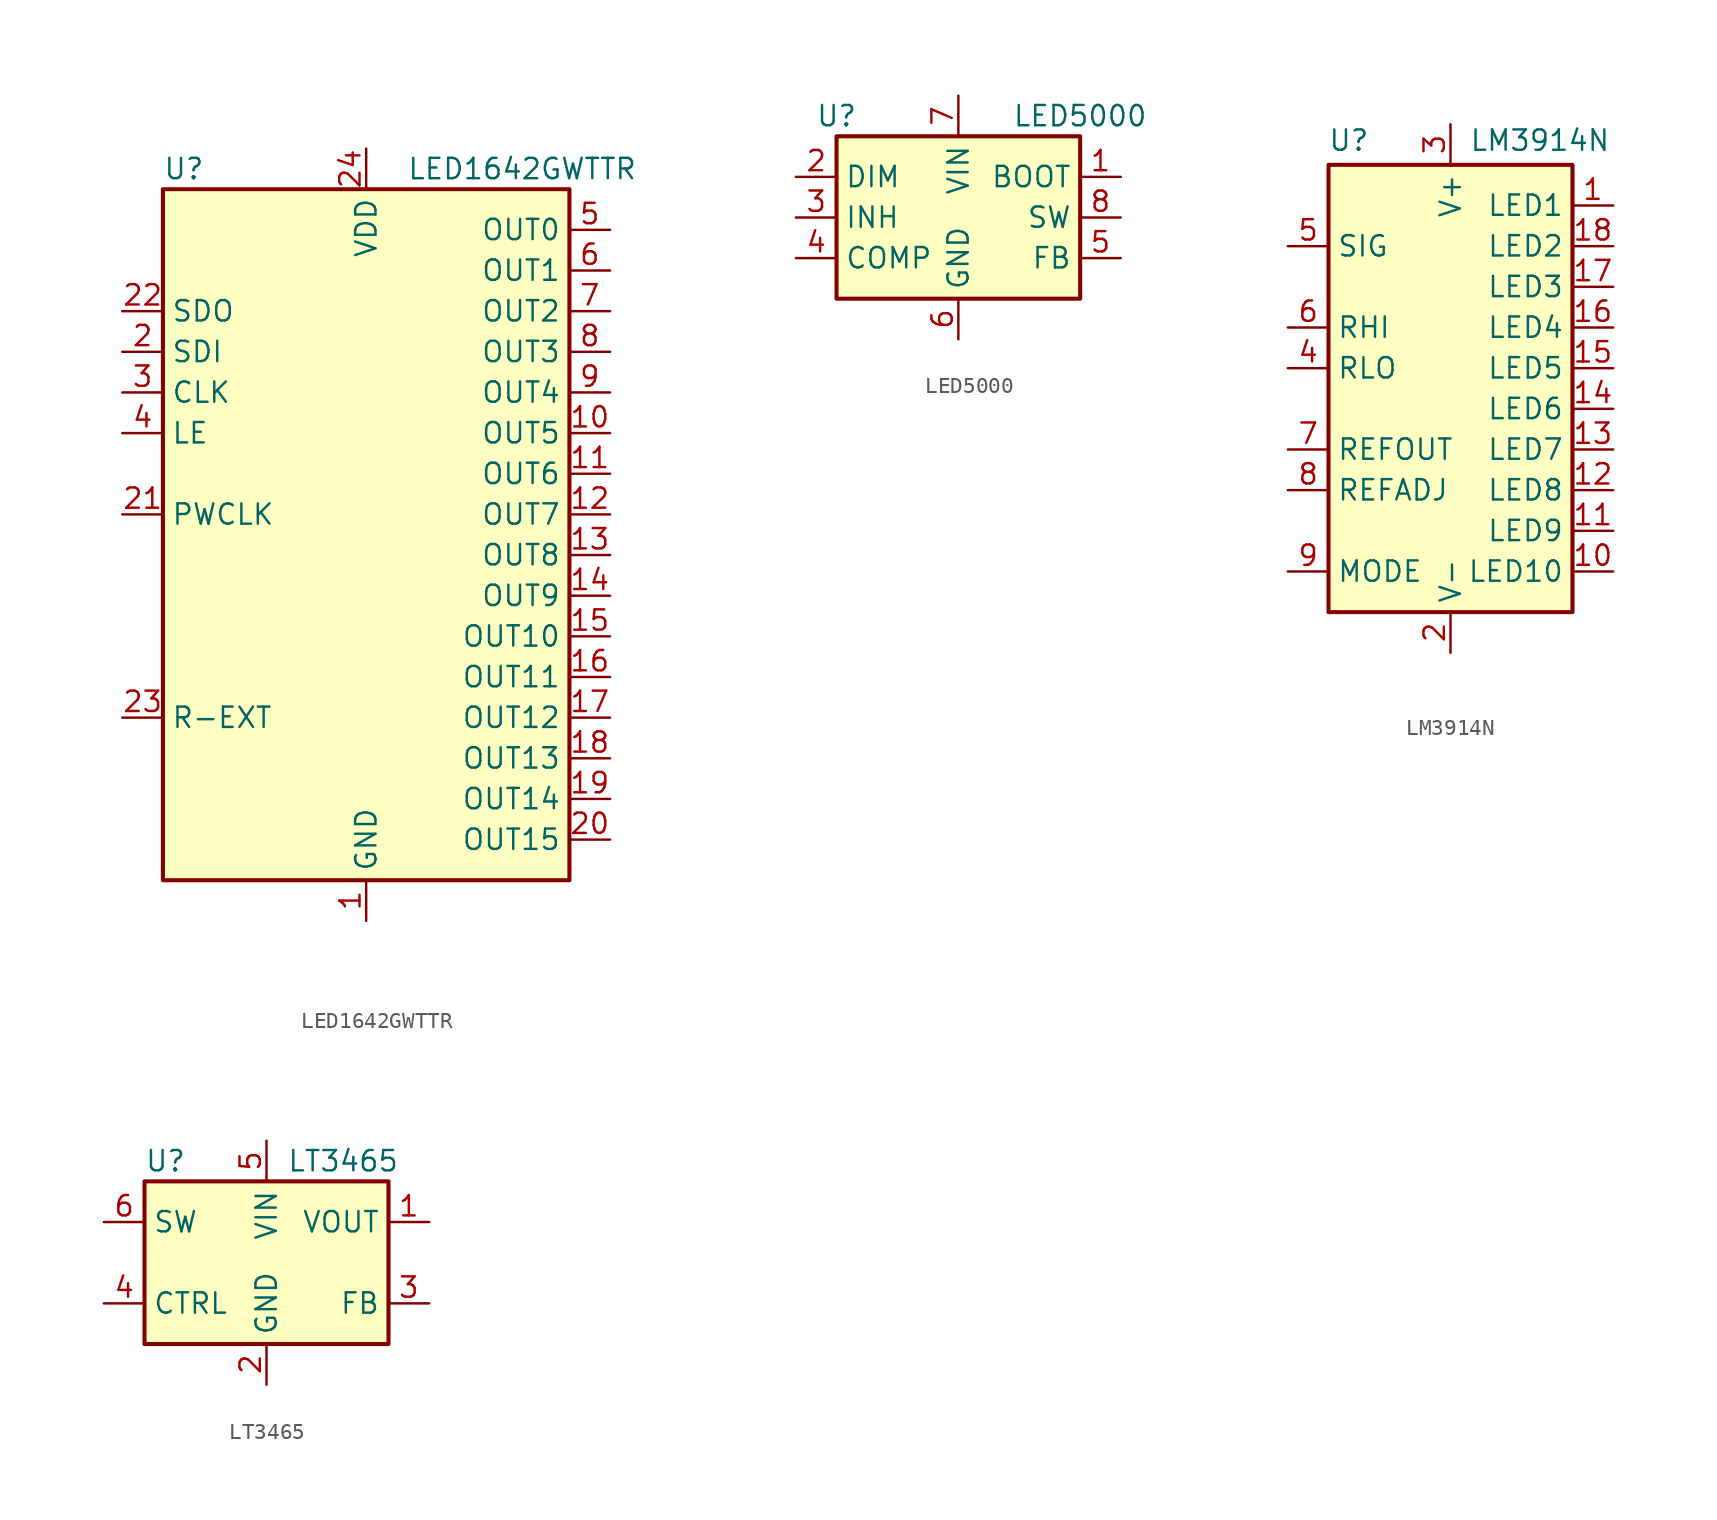
<source format=kicad_sym>
(kicad_symbol_lib
  (version 20211014)
  (generator kicad_symbol_editor)
  (symbol "LED1642GWTTR"
    (property "Reference" "U"
      (at -12.7 21.59 0)
      (effects (font (size 1.27 1.27)) (justify left)))
    (property "Value" "LED1642GWTTR"
      (at 2.54 21.59 0)
      (effects (font (size 1.27 1.27)) (justify left)))
    (symbol "LED1642GWTTR_0_1"
      (rectangle (start -12.7 20.32) (end 12.7 -22.86) (stroke (width 0.254) (type default) (color 0 0 0 0)) (fill (type background))))
    (symbol "LED1642GWTTR_1_1"
      (pin power_in line (at 0 -25.4 90) (length 2.54) (name "GND" (effects (font (size 1.27 1.27)))) (number "1" (effects (font (size 1.27 1.27)))))
      (pin output line (at 15.24 5.08 180) (length 2.54) (name "OUT5" (effects (font (size 1.27 1.27)))) (number "10" (effects (font (size 1.27 1.27)))))
      (pin output line (at 15.24 2.54 180) (length 2.54) (name "OUT6" (effects (font (size 1.27 1.27)))) (number "11" (effects (font (size 1.27 1.27)))))
      (pin output line (at 15.24 0 180) (length 2.54) (name "OUT7" (effects (font (size 1.27 1.27)))) (number "12" (effects (font (size 1.27 1.27)))))
      (pin output line (at 15.24 -2.54 180) (length 2.54) (name "OUT8" (effects (font (size 1.27 1.27)))) (number "13" (effects (font (size 1.27 1.27)))))
      (pin output line (at 15.24 -5.08 180) (length 2.54) (name "OUT9" (effects (font (size 1.27 1.27)))) (number "14" (effects (font (size 1.27 1.27)))))
      (pin output line (at 15.24 -7.62 180) (length 2.54) (name "OUT10" (effects (font (size 1.27 1.27)))) (number "15" (effects (font (size 1.27 1.27)))))
      (pin output line (at 15.24 -10.16 180) (length 2.54) (name "OUT11" (effects (font (size 1.27 1.27)))) (number "16" (effects (font (size 1.27 1.27)))))
      (pin output line (at 15.24 -12.7 180) (length 2.54) (name "OUT12" (effects (font (size 1.27 1.27)))) (number "17" (effects (font (size 1.27 1.27)))))
      (pin output line (at 15.24 -15.24 180) (length 2.54) (name "OUT13" (effects (font (size 1.27 1.27)))) (number "18" (effects (font (size 1.27 1.27)))))
      (pin output line (at 15.24 -17.78 180) (length 2.54) (name "OUT14" (effects (font (size 1.27 1.27)))) (number "19" (effects (font (size 1.27 1.27)))))
      (pin input line (at -15.24 10.16 0) (length 2.54) (name "SDI" (effects (font (size 1.27 1.27)))) (number "2" (effects (font (size 1.27 1.27)))))
      (pin output line (at 15.24 -20.32 180) (length 2.54) (name "OUT15" (effects (font (size 1.27 1.27)))) (number "20" (effects (font (size 1.27 1.27)))))
      (pin input line (at -15.24 0 0) (length 2.54) (name "PWCLK" (effects (font (size 1.27 1.27)))) (number "21" (effects (font (size 1.27 1.27)))))
      (pin output line (at -15.24 12.7 0) (length 2.54) (name "SDO" (effects (font (size 1.27 1.27)))) (number "22" (effects (font (size 1.27 1.27)))))
      (pin passive line (at -15.24 -12.7 0) (length 2.54) (name "R-EXT" (effects (font (size 1.27 1.27)))) (number "23" (effects (font (size 1.27 1.27)))))
      (pin power_in line (at 0 22.86 270) (length 2.54) (name "VDD" (effects (font (size 1.27 1.27)))) (number "24" (effects (font (size 1.27 1.27)))))
      (pin input line (at -15.24 7.62 0) (length 2.54) (name "CLK" (effects (font (size 1.27 1.27)))) (number "3" (effects (font (size 1.27 1.27)))))
      (pin input line (at -15.24 5.08 0) (length 2.54) (name "LE" (effects (font (size 1.27 1.27)))) (number "4" (effects (font (size 1.27 1.27)))))
      (pin output line (at 15.24 17.78 180) (length 2.54) (name "OUT0" (effects (font (size 1.27 1.27)))) (number "5" (effects (font (size 1.27 1.27)))))
      (pin output line (at 15.24 15.24 180) (length 2.54) (name "OUT1" (effects (font (size 1.27 1.27)))) (number "6" (effects (font (size 1.27 1.27)))))
      (pin output line (at 15.24 12.7 180) (length 2.54) (name "OUT2" (effects (font (size 1.27 1.27)))) (number "7" (effects (font (size 1.27 1.27)))))
      (pin output line (at 15.24 10.16 180) (length 2.54) (name "OUT3" (effects (font (size 1.27 1.27)))) (number "8" (effects (font (size 1.27 1.27)))))
      (pin output line (at 15.24 7.62 180) (length 2.54) (name "OUT4" (effects (font (size 1.27 1.27)))) (number "9" (effects (font (size 1.27 1.27)))))))
  (symbol "LED5000"
    (property "Reference" "U"
      (at -7.62 6.35 0)
      (effects (font (size 1.27 1.27))))
    (property "Value" "LED5000"
      (at 7.62 6.35 0)
      (effects (font (size 1.27 1.27))))
    (symbol "LED5000_1_0"
      (pin passive line (at 10.16 2.54 180) (length 2.54) (name "BOOT" (effects (font (size 1.27 1.27)))) (number "1" (effects (font (size 1.27 1.27)))))
      (pin input line (at -10.16 2.54 0) (length 2.54) (name "DIM" (effects (font (size 1.27 1.27)))) (number "2" (effects (font (size 1.27 1.27)))))
      (pin input line (at -10.16 0 0) (length 2.54) (name "INH" (effects (font (size 1.27 1.27)))) (number "3" (effects (font (size 1.27 1.27)))))
      (pin passive line (at -10.16 -2.54 0) (length 2.54) (name "COMP" (effects (font (size 1.27 1.27)))) (number "4" (effects (font (size 1.27 1.27)))))
      (pin input line (at 10.16 -2.54 180) (length 2.54) (name "FB" (effects (font (size 1.27 1.27)))) (number "5" (effects (font (size 1.27 1.27)))))
      (pin power_in line (at 0 -7.62 90) (length 2.54) (name "GND" (effects (font (size 1.27 1.27)))) (number "6" (effects (font (size 1.27 1.27)))))
      (pin power_in line (at 0 7.62 270) (length 2.54) (name "VIN" (effects (font (size 1.27 1.27)))) (number "7" (effects (font (size 1.27 1.27)))))
      (pin output line (at 10.16 0 180) (length 2.54) (name "SW" (effects (font (size 1.27 1.27)))) (number "8" (effects (font (size 1.27 1.27)))))
      (pin passive line (at 0 -7.62 90) (length 2.54) hide (name "GND" (effects (font (size 1.27 1.27)))) (number "9" (effects (font (size 1.27 1.27))))))
    (symbol "LED5000_1_1"
      (rectangle (start -7.62 5.08) (end 7.62 -5.08) (stroke (width 0.254) (type default) (color 0 0 0 0)) (fill (type background)))))
  (symbol "LM3914N"
    (property "Reference" "U"
      (at -6.35 14.224 0)
      (effects (font (size 1.27 1.27))))
    (property "Value" "LM3914N"
      (at 5.588 14.224 0)
      (effects (font (size 1.27 1.27))))
    (symbol "LM3914N_0_1"
      (rectangle (start -7.62 12.7) (end 7.62 -15.24) (stroke (width 0.254) (type default) (color 0 0 0 0)) (fill (type background))))
    (symbol "LM3914N_1_1"
      (pin open_collector line (at 10.16 10.16 180) (length 2.54) (name "LED1" (effects (font (size 1.27 1.27)))) (number "1" (effects (font (size 1.27 1.27)))))
      (pin open_collector line (at 10.16 -12.7 180) (length 2.54) (name "LED10" (effects (font (size 1.27 1.27)))) (number "10" (effects (font (size 1.27 1.27)))))
      (pin open_collector line (at 10.16 -10.16 180) (length 2.54) (name "LED9" (effects (font (size 1.27 1.27)))) (number "11" (effects (font (size 1.27 1.27)))))
      (pin open_collector line (at 10.16 -7.62 180) (length 2.54) (name "LED8" (effects (font (size 1.27 1.27)))) (number "12" (effects (font (size 1.27 1.27)))))
      (pin open_collector line (at 10.16 -5.08 180) (length 2.54) (name "LED7" (effects (font (size 1.27 1.27)))) (number "13" (effects (font (size 1.27 1.27)))))
      (pin open_collector line (at 10.16 -2.54 180) (length 2.54) (name "LED6" (effects (font (size 1.27 1.27)))) (number "14" (effects (font (size 1.27 1.27)))))
      (pin open_collector line (at 10.16 0 180) (length 2.54) (name "LED5" (effects (font (size 1.27 1.27)))) (number "15" (effects (font (size 1.27 1.27)))))
      (pin open_collector line (at 10.16 2.54 180) (length 2.54) (name "LED4" (effects (font (size 1.27 1.27)))) (number "16" (effects (font (size 1.27 1.27)))))
      (pin open_collector line (at 10.16 5.08 180) (length 2.54) (name "LED3" (effects (font (size 1.27 1.27)))) (number "17" (effects (font (size 1.27 1.27)))))
      (pin open_collector line (at 10.16 7.62 180) (length 2.54) (name "LED2" (effects (font (size 1.27 1.27)))) (number "18" (effects (font (size 1.27 1.27)))))
      (pin power_in line (at 0 -17.78 90) (length 2.54) (name "V-" (effects (font (size 1.27 1.27)))) (number "2" (effects (font (size 1.27 1.27)))))
      (pin power_in line (at 0 15.24 270) (length 2.54) (name "V+" (effects (font (size 1.27 1.27)))) (number "3" (effects (font (size 1.27 1.27)))))
      (pin input line (at -10.16 0 0) (length 2.54) (name "RLO" (effects (font (size 1.27 1.27)))) (number "4" (effects (font (size 1.27 1.27)))))
      (pin input line (at -10.16 7.62 0) (length 2.54) (name "SIG" (effects (font (size 1.27 1.27)))) (number "5" (effects (font (size 1.27 1.27)))))
      (pin input line (at -10.16 2.54 0) (length 2.54) (name "RHI" (effects (font (size 1.27 1.27)))) (number "6" (effects (font (size 1.27 1.27)))))
      (pin output line (at -10.16 -5.08 0) (length 2.54) (name "REFOUT" (effects (font (size 1.27 1.27)))) (number "7" (effects (font (size 1.27 1.27)))))
      (pin input line (at -10.16 -7.62 0) (length 2.54) (name "REFADJ" (effects (font (size 1.27 1.27)))) (number "8" (effects (font (size 1.27 1.27)))))
      (pin input line (at -10.16 -12.7 0) (length 2.54) (name "MODE" (effects (font (size 1.27 1.27)))) (number "9" (effects (font (size 1.27 1.27)))))))
  (symbol "LT3465"
    (property "Reference" "U"
      (at -7.62 6.35 0)
      (effects (font (size 1.27 1.27)) (justify left)))
    (property "Value" "LT3465"
      (at 1.27 6.35 0)
      (effects (font (size 1.27 1.27)) (justify left)))
    (symbol "LT3465_0_1"
      (rectangle (start -7.62 5.08) (end 7.62 -5.08) (stroke (width 0.254) (type default) (color 0 0 0 0)) (fill (type background))))
    (symbol "LT3465_1_1"
      (pin power_out line (at 10.16 2.54 180) (length 2.54) (name "VOUT" (effects (font (size 1.27 1.27)))) (number "1" (effects (font (size 1.27 1.27)))))
      (pin power_in line (at 0 -7.62 90) (length 2.54) (name "GND" (effects (font (size 1.27 1.27)))) (number "2" (effects (font (size 1.27 1.27)))))
      (pin input line (at 10.16 -2.54 180) (length 2.54) (name "FB" (effects (font (size 1.27 1.27)))) (number "3" (effects (font (size 1.27 1.27)))))
      (pin input line (at -10.16 -2.54 0) (length 2.54) (name "CTRL" (effects (font (size 1.27 1.27)))) (number "4" (effects (font (size 1.27 1.27)))))
      (pin power_in line (at 0 7.62 270) (length 2.54) (name "VIN" (effects (font (size 1.27 1.27)))) (number "5" (effects (font (size 1.27 1.27)))))
      (pin output line (at -10.16 2.54 0) (length 2.54) (name "SW" (effects (font (size 1.27 1.27)))) (number "6" (effects (font (size 1.27 1.27))))))))
</source>
